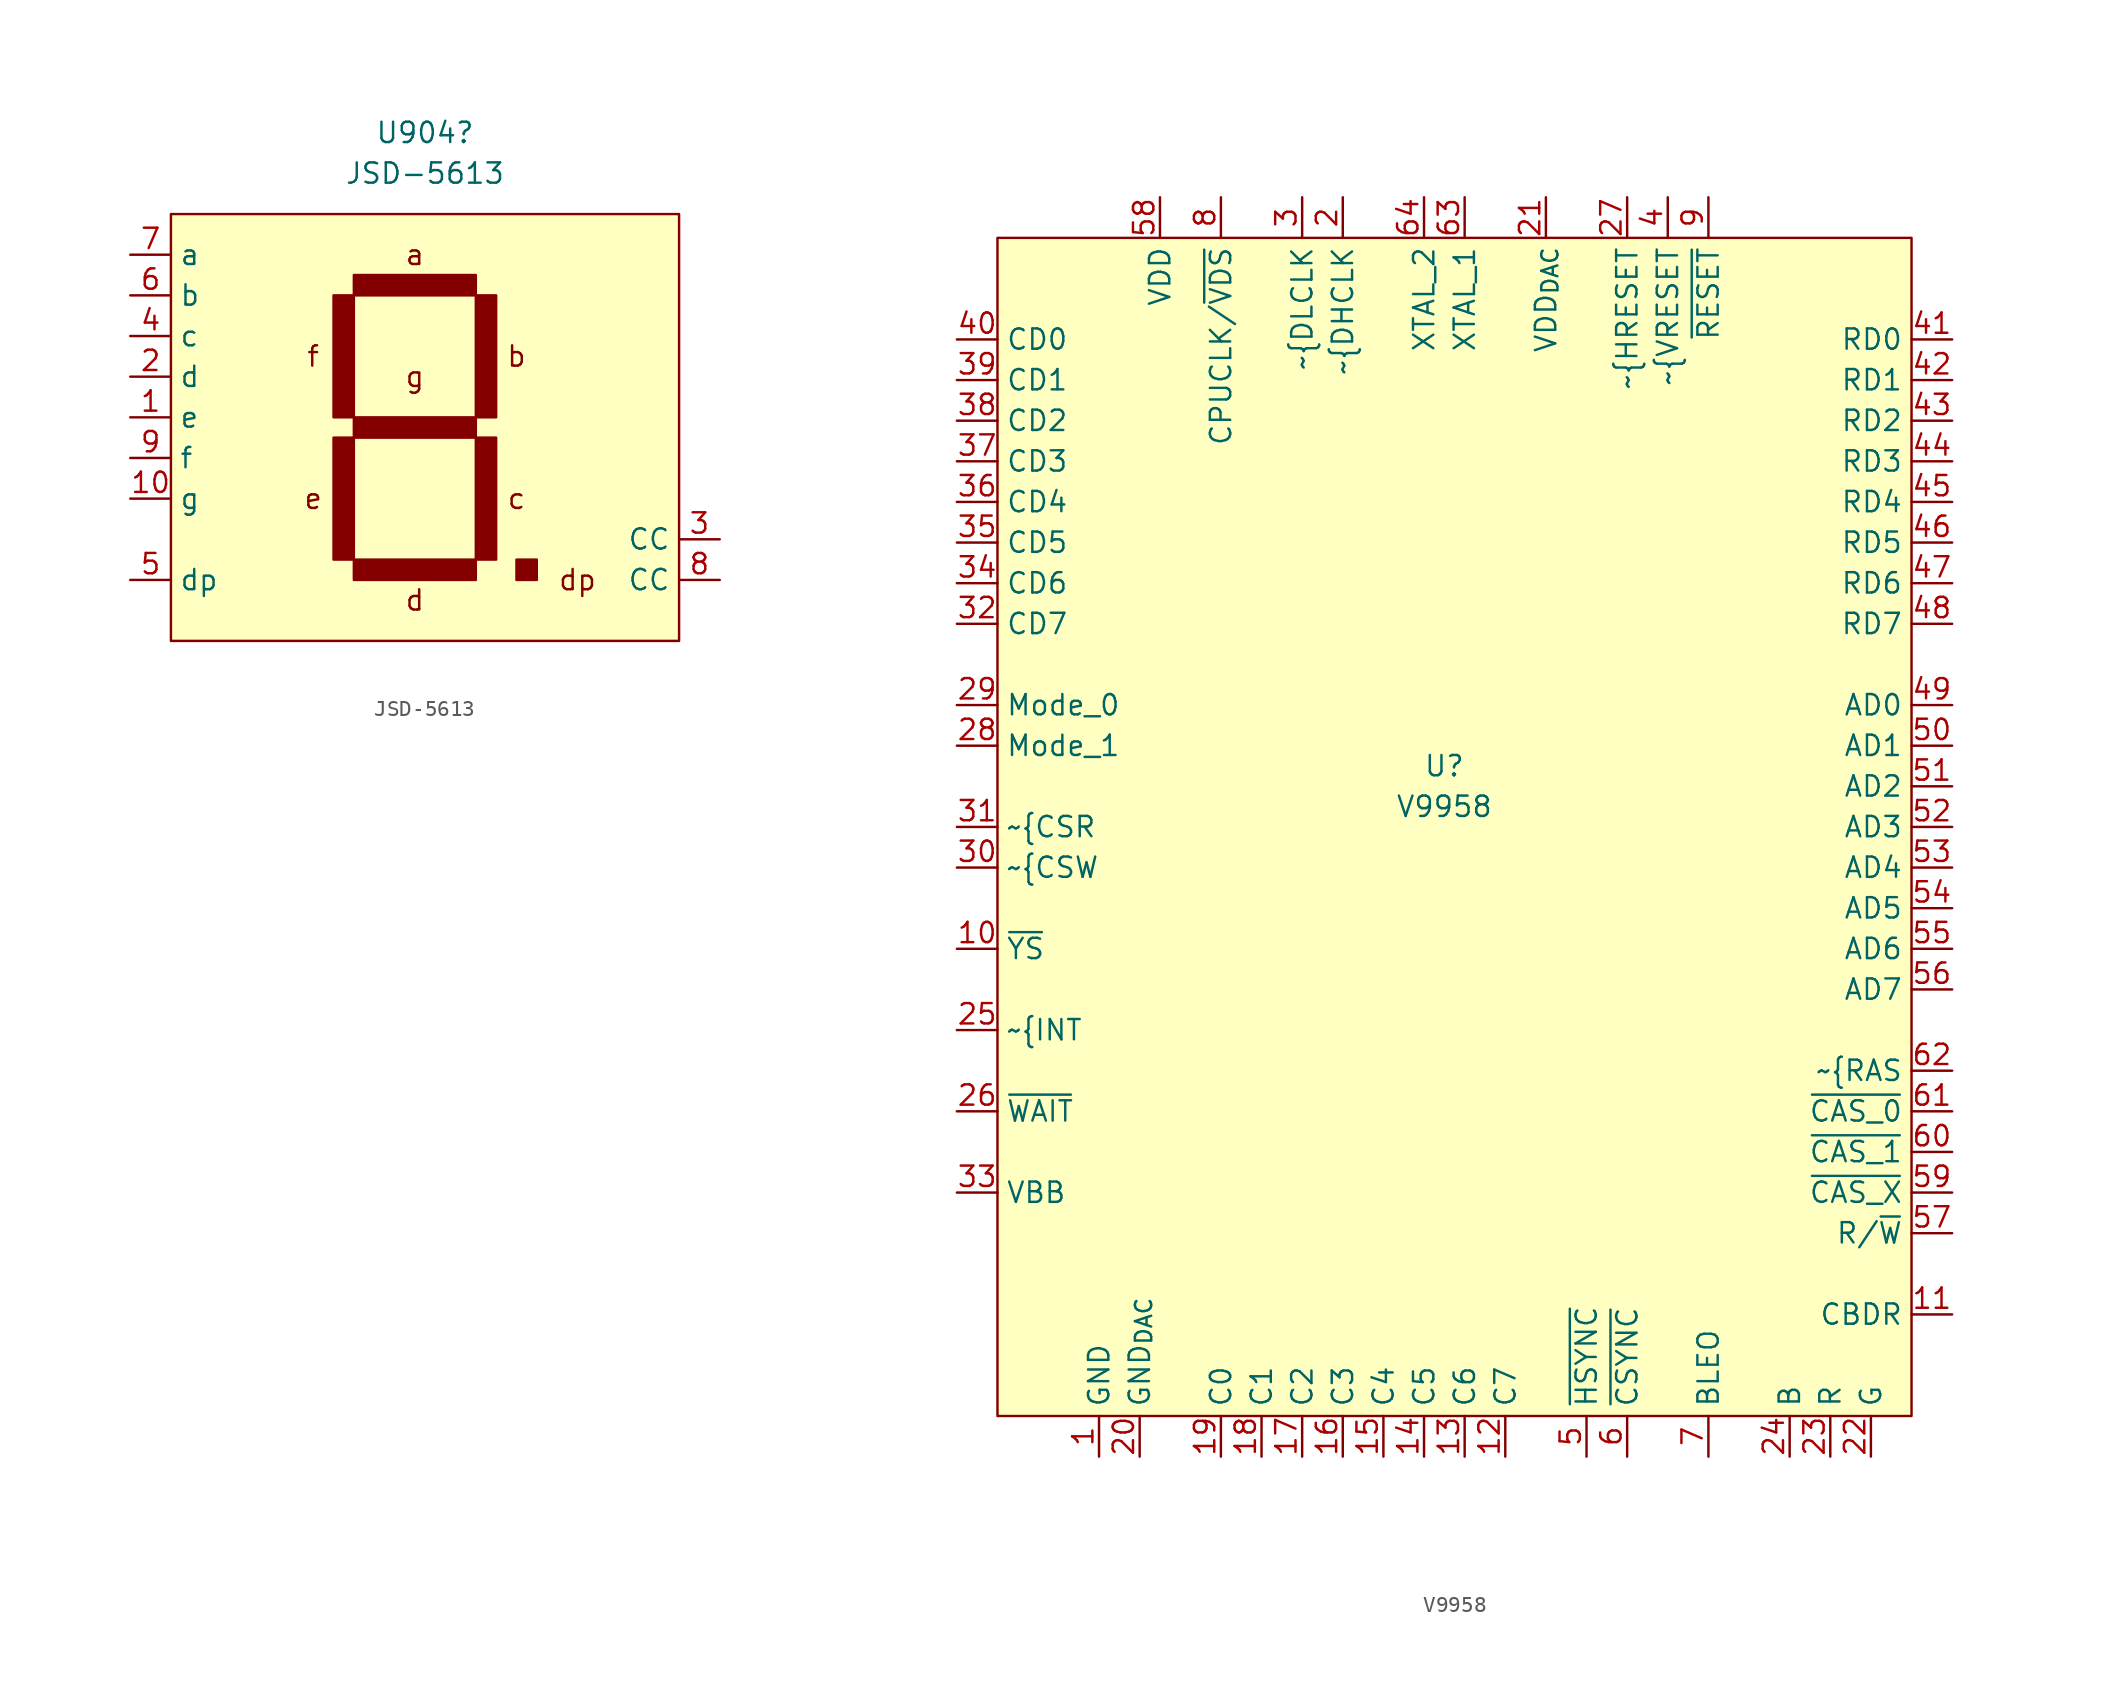
<source format=kicad_sym>
(kicad_symbol_lib
  (version 20211014)
  (generator kicad_symbol_editor)
  (symbol "JSD-5613"
    (property "Reference" "U904"
      (at 0.635 5.08 0)
      (effects (font (size 1.27 1.27))))
    (property "Value" "JSD-5613"
      (at 0.635 2.54 0)
      (effects (font (size 1.27 1.27))))
    (symbol "JSD-5613_0_0"
      (rectangle (start -15.24 0) (end 16.51 -26.67) (stroke (width 0) (type default) (color 0 0 0 0)) (fill (type background)))
      (text "a" (at 0 -2.54 0) (effects (font (size 1.27 1.27))))
      (text "b" (at 6.35 -8.89 0) (effects (font (size 1.27 1.27))))
      (text "c" (at 6.35 -17.78 0) (effects (font (size 1.27 1.27))))
      (text "d" (at 0 -24.13 0) (effects (font (size 1.27 1.27))))
      (text "dp" (at 10.16 -22.86 0) (effects (font (size 1.27 1.27))))
      (text "e" (at -6.35 -17.78 0) (effects (font (size 1.27 1.27))))
      (text "f" (at -6.35 -8.89 0) (effects (font (size 1.27 1.27))))
      (text "g" (at 0 -10.16 0) (effects (font (size 1.27 1.27))))
      (pin input line (at -17.78 -12.7 0) (length 2.54) (name "e" (effects (font (size 1.27 1.27)))) (number "1" (effects (font (size 1.27 1.27)))))
      (pin input line (at -17.78 -17.78 0) (length 2.54) (name "g" (effects (font (size 1.27 1.27)))) (number "10" (effects (font (size 1.27 1.27)))))
      (pin input line (at -17.78 -10.16 0) (length 2.54) (name "d" (effects (font (size 1.27 1.27)))) (number "2" (effects (font (size 1.27 1.27)))))
      (pin power_in line (at 19.05 -20.32 180) (length 2.54) (name "CC" (effects (font (size 1.27 1.27)))) (number "3" (effects (font (size 1.27 1.27)))))
      (pin input line (at -17.78 -7.62 0) (length 2.54) (name "c" (effects (font (size 1.27 1.27)))) (number "4" (effects (font (size 1.27 1.27)))))
      (pin input line (at -17.78 -22.86 0) (length 2.54) (name "dp" (effects (font (size 1.27 1.27)))) (number "5" (effects (font (size 1.27 1.27)))))
      (pin input line (at -17.78 -5.08 0) (length 2.54) (name "b" (effects (font (size 1.27 1.27)))) (number "6" (effects (font (size 1.27 1.27)))))
      (pin input line (at -17.78 -2.54 0) (length 2.54) (name "a" (effects (font (size 1.27 1.27)))) (number "7" (effects (font (size 1.27 1.27)))))
      (pin power_in line (at 19.05 -22.86 180) (length 2.54) (name "CC" (effects (font (size 1.27 1.27)))) (number "8" (effects (font (size 1.27 1.27)))))
      (pin input line (at -17.78 -15.24 0) (length 2.54) (name "f" (effects (font (size 1.27 1.27)))) (number "9" (effects (font (size 1.27 1.27))))))
    (symbol "JSD-5613_0_1"
      (rectangle (start -5.08 -13.97) (end -3.81 -21.59) (stroke (width 0) (type default) (color 0 0 0 0)) (fill (type outline)))
      (rectangle (start -5.08 -5.08) (end -3.81 -12.7) (stroke (width 0) (type default) (color 0 0 0 0)) (fill (type outline)))
      (rectangle (start -3.81 -21.59) (end 3.81 -22.86) (stroke (width 0) (type default) (color 0 0 0 0)) (fill (type outline)))
      (rectangle (start -3.81 -12.7) (end 3.81 -13.97) (stroke (width 0) (type default) (color 0 0 0 0)) (fill (type outline)))
      (rectangle (start -3.81 -3.81) (end 3.81 -5.08) (stroke (width 0) (type default) (color 0 0 0 0)) (fill (type outline)))
      (rectangle (start 3.81 -13.97) (end 5.08 -21.59) (stroke (width 0) (type default) (color 0 0 0 0)) (fill (type outline)))
      (rectangle (start 3.81 -5.08) (end 5.08 -12.7) (stroke (width 0) (type default) (color 0 0 0 0)) (fill (type outline)))
      (rectangle (start 6.35 -21.59) (end 7.62 -22.86) (stroke (width 0) (type default) (color 0 0 0 0)) (fill (type outline)))))
  (symbol "V9958"
    (property "Reference" "U"
      (at 27.94 -33.02 0)
      (effects (font (size 1.27 1.27))))
    (property "Value" "V9958"
      (at 27.94 -35.56 0)
      (effects (font (size 1.27 1.27))))
    (symbol "V9958_0_0"
      (pin power_in line (at 6.35 -76.2 90) (length 2.54) (name "GND" (effects (font (size 1.27 1.27)))) (number "1" (effects (font (size 1.27 1.27)))))
      (pin output line (at -2.54 -44.45 0) (length 2.54) (name "~{YS}" (effects (font (size 1.27 1.27)))) (number "10" (effects (font (size 1.27 1.27)))))
      (pin output line (at 59.69 -67.31 180) (length 2.54) (name "CBDR" (effects (font (size 1.27 1.27)))) (number "11" (effects (font (size 1.27 1.27)))))
      (pin bidirectional line (at 31.75 -76.2 90) (length 2.54) (name "C7" (effects (font (size 1.27 1.27)))) (number "12" (effects (font (size 1.27 1.27)))))
      (pin bidirectional line (at 29.21 -76.2 90) (length 2.54) (name "C6" (effects (font (size 1.27 1.27)))) (number "13" (effects (font (size 1.27 1.27)))))
      (pin bidirectional line (at 26.67 -76.2 90) (length 2.54) (name "C5" (effects (font (size 1.27 1.27)))) (number "14" (effects (font (size 1.27 1.27)))))
      (pin bidirectional line (at 24.13 -76.2 90) (length 2.54) (name "C4" (effects (font (size 1.27 1.27)))) (number "15" (effects (font (size 1.27 1.27)))))
      (pin bidirectional line (at 21.59 -76.2 90) (length 2.54) (name "C3" (effects (font (size 1.27 1.27)))) (number "16" (effects (font (size 1.27 1.27)))))
      (pin bidirectional line (at 19.05 -76.2 90) (length 2.54) (name "C2" (effects (font (size 1.27 1.27)))) (number "17" (effects (font (size 1.27 1.27)))))
      (pin bidirectional line (at 16.51 -76.2 90) (length 2.54) (name "C1" (effects (font (size 1.27 1.27)))) (number "18" (effects (font (size 1.27 1.27)))))
      (pin bidirectional line (at 13.97 -76.2 90) (length 2.54) (name "C0" (effects (font (size 1.27 1.27)))) (number "19" (effects (font (size 1.27 1.27)))))
      (pin output line (at 21.59 2.54 270) (length 2.54) (name "~{DHCLK" (effects (font (size 1.27 1.27)))) (number "2" (effects (font (size 1.27 1.27)))))
      (pin power_in line (at 8.89 -76.2 90) (length 2.54) (name "GND_{DAC}" (effects (font (size 1.27 1.27)))) (number "20" (effects (font (size 1.27 1.27)))))
      (pin power_in line (at 34.29 2.54 270) (length 2.54) (name "VDD_{DAC}" (effects (font (size 1.27 1.27)))) (number "21" (effects (font (size 1.27 1.27)))))
      (pin output line (at 54.61 -76.2 90) (length 2.54) (name "G" (effects (font (size 1.27 1.27)))) (number "22" (effects (font (size 1.27 1.27)))))
      (pin output line (at 52.07 -76.2 90) (length 2.54) (name "R" (effects (font (size 1.27 1.27)))) (number "23" (effects (font (size 1.27 1.27)))))
      (pin output line (at 49.53 -76.2 90) (length 2.54) (name "B" (effects (font (size 1.27 1.27)))) (number "24" (effects (font (size 1.27 1.27)))))
      (pin output line (at -2.54 -49.53 0) (length 2.54) (name "~{INT" (effects (font (size 1.27 1.27)))) (number "25" (effects (font (size 1.27 1.27)))))
      (pin output line (at -2.54 -54.61 0) (length 2.54) (name "~{WAIT}" (effects (font (size 1.27 1.27)))) (number "26" (effects (font (size 1.27 1.27)))))
      (pin input line (at 39.37 2.54 270) (length 2.54) (name "~{HRESET" (effects (font (size 1.27 1.27)))) (number "27" (effects (font (size 1.27 1.27)))))
      (pin input line (at -2.54 -31.75 0) (length 2.54) (name "Mode_1" (effects (font (size 1.27 1.27)))) (number "28" (effects (font (size 1.27 1.27)))))
      (pin input line (at -2.54 -29.21 0) (length 2.54) (name "Mode_0" (effects (font (size 1.27 1.27)))) (number "29" (effects (font (size 1.27 1.27)))))
      (pin output line (at 19.05 2.54 270) (length 2.54) (name "~{DLCLK" (effects (font (size 1.27 1.27)))) (number "3" (effects (font (size 1.27 1.27)))))
      (pin input line (at -2.54 -39.37 0) (length 2.54) (name "~{CSW" (effects (font (size 1.27 1.27)))) (number "30" (effects (font (size 1.27 1.27)))))
      (pin input line (at -2.54 -36.83 0) (length 2.54) (name "~{CSR" (effects (font (size 1.27 1.27)))) (number "31" (effects (font (size 1.27 1.27)))))
      (pin bidirectional line (at -2.54 -24.13 0) (length 2.54) (name "CD7" (effects (font (size 1.27 1.27)))) (number "32" (effects (font (size 1.27 1.27)))))
      (pin power_out line (at -2.54 -59.69 0) (length 2.54) (name "VBB" (effects (font (size 1.27 1.27)))) (number "33" (effects (font (size 1.27 1.27)))))
      (pin bidirectional line (at -2.54 -21.59 0) (length 2.54) (name "CD6" (effects (font (size 1.27 1.27)))) (number "34" (effects (font (size 1.27 1.27)))))
      (pin bidirectional line (at -2.54 -19.05 0) (length 2.54) (name "CD5" (effects (font (size 1.27 1.27)))) (number "35" (effects (font (size 1.27 1.27)))))
      (pin bidirectional line (at -2.54 -16.51 0) (length 2.54) (name "CD4" (effects (font (size 1.27 1.27)))) (number "36" (effects (font (size 1.27 1.27)))))
      (pin bidirectional line (at -2.54 -13.97 0) (length 2.54) (name "CD3" (effects (font (size 1.27 1.27)))) (number "37" (effects (font (size 1.27 1.27)))))
      (pin bidirectional line (at -2.54 -11.43 0) (length 2.54) (name "CD2" (effects (font (size 1.27 1.27)))) (number "38" (effects (font (size 1.27 1.27)))))
      (pin bidirectional line (at -2.54 -8.89 0) (length 2.54) (name "CD1" (effects (font (size 1.27 1.27)))) (number "39" (effects (font (size 1.27 1.27)))))
      (pin input line (at 41.91 2.54 270) (length 2.54) (name "~{VRESET" (effects (font (size 1.27 1.27)))) (number "4" (effects (font (size 1.27 1.27)))))
      (pin bidirectional line (at -2.54 -6.35 0) (length 2.54) (name "CD0" (effects (font (size 1.27 1.27)))) (number "40" (effects (font (size 1.27 1.27)))))
      (pin bidirectional line (at 59.69 -6.35 180) (length 2.54) (name "RD0" (effects (font (size 1.27 1.27)))) (number "41" (effects (font (size 1.27 1.27)))))
      (pin bidirectional line (at 59.69 -8.89 180) (length 2.54) (name "RD1" (effects (font (size 1.27 1.27)))) (number "42" (effects (font (size 1.27 1.27)))))
      (pin bidirectional line (at 59.69 -11.43 180) (length 2.54) (name "RD2" (effects (font (size 1.27 1.27)))) (number "43" (effects (font (size 1.27 1.27)))))
      (pin bidirectional line (at 59.69 -13.97 180) (length 2.54) (name "RD3" (effects (font (size 1.27 1.27)))) (number "44" (effects (font (size 1.27 1.27)))))
      (pin bidirectional line (at 59.69 -16.51 180) (length 2.54) (name "RD4" (effects (font (size 1.27 1.27)))) (number "45" (effects (font (size 1.27 1.27)))))
      (pin bidirectional line (at 59.69 -19.05 180) (length 2.54) (name "RD5" (effects (font (size 1.27 1.27)))) (number "46" (effects (font (size 1.27 1.27)))))
      (pin bidirectional line (at 59.69 -21.59 180) (length 2.54) (name "RD6" (effects (font (size 1.27 1.27)))) (number "47" (effects (font (size 1.27 1.27)))))
      (pin bidirectional line (at 59.69 -24.13 180) (length 2.54) (name "RD7" (effects (font (size 1.27 1.27)))) (number "48" (effects (font (size 1.27 1.27)))))
      (pin output line (at 59.69 -29.21 180) (length 2.54) (name "AD0" (effects (font (size 1.27 1.27)))) (number "49" (effects (font (size 1.27 1.27)))))
      (pin output line (at 36.83 -76.2 90) (length 2.54) (name "~{HSYNC}" (effects (font (size 1.27 1.27)))) (number "5" (effects (font (size 1.27 1.27)))))
      (pin output line (at 59.69 -31.75 180) (length 2.54) (name "AD1" (effects (font (size 1.27 1.27)))) (number "50" (effects (font (size 1.27 1.27)))))
      (pin output line (at 59.69 -34.29 180) (length 2.54) (name "AD2" (effects (font (size 1.27 1.27)))) (number "51" (effects (font (size 1.27 1.27)))))
      (pin output line (at 59.69 -36.83 180) (length 2.54) (name "AD3" (effects (font (size 1.27 1.27)))) (number "52" (effects (font (size 1.27 1.27)))))
      (pin output line (at 59.69 -39.37 180) (length 2.54) (name "AD4" (effects (font (size 1.27 1.27)))) (number "53" (effects (font (size 1.27 1.27)))))
      (pin output line (at 59.69 -41.91 180) (length 2.54) (name "AD5" (effects (font (size 1.27 1.27)))) (number "54" (effects (font (size 1.27 1.27)))))
      (pin output line (at 59.69 -44.45 180) (length 2.54) (name "AD6" (effects (font (size 1.27 1.27)))) (number "55" (effects (font (size 1.27 1.27)))))
      (pin output line (at 59.69 -46.99 180) (length 2.54) (name "AD7" (effects (font (size 1.27 1.27)))) (number "56" (effects (font (size 1.27 1.27)))))
      (pin output line (at 59.69 -62.23 180) (length 2.54) (name "R/~{W}" (effects (font (size 1.27 1.27)))) (number "57" (effects (font (size 1.27 1.27)))))
      (pin power_in line (at 10.16 2.54 270) (length 2.54) (name "VDD" (effects (font (size 1.27 1.27)))) (number "58" (effects (font (size 1.27 1.27)))))
      (pin output line (at 59.69 -59.69 180) (length 2.54) (name "~{CAS_X}" (effects (font (size 1.27 1.27)))) (number "59" (effects (font (size 1.27 1.27)))))
      (pin output line (at 39.37 -76.2 90) (length 2.54) (name "~{CSYNC}" (effects (font (size 1.27 1.27)))) (number "6" (effects (font (size 1.27 1.27)))))
      (pin output line (at 59.69 -57.15 180) (length 2.54) (name "~{CAS_1}" (effects (font (size 1.27 1.27)))) (number "60" (effects (font (size 1.27 1.27)))))
      (pin output line (at 59.69 -54.61 180) (length 2.54) (name "~{CAS_0}" (effects (font (size 1.27 1.27)))) (number "61" (effects (font (size 1.27 1.27)))))
      (pin output line (at 59.69 -52.07 180) (length 2.54) (name "~{RAS" (effects (font (size 1.27 1.27)))) (number "62" (effects (font (size 1.27 1.27)))))
      (pin input line (at 29.21 2.54 270) (length 2.54) (name "XTAL_1" (effects (font (size 1.27 1.27)))) (number "63" (effects (font (size 1.27 1.27)))))
      (pin input line (at 26.67 2.54 270) (length 2.54) (name "XTAL_2" (effects (font (size 1.27 1.27)))) (number "64" (effects (font (size 1.27 1.27)))))
      (pin output line (at 44.45 -76.2 90) (length 2.54) (name "BLEO" (effects (font (size 1.27 1.27)))) (number "7" (effects (font (size 1.27 1.27)))))
      (pin output line (at 13.97 2.54 270) (length 2.54) (name "CPUCLK/~{VDS}" (effects (font (size 1.27 1.27)))) (number "8" (effects (font (size 1.27 1.27)))))
      (pin input line (at 44.45 2.54 270) (length 2.54) (name "~{RESET}" (effects (font (size 1.27 1.27)))) (number "9" (effects (font (size 1.27 1.27))))))
    (symbol "V9958_0_1"
      (rectangle (start 0 0) (end 57.15 -73.66) (stroke (width 0.152) (type default) (color 0 0 0 0)) (fill (type background))))))
</source>
